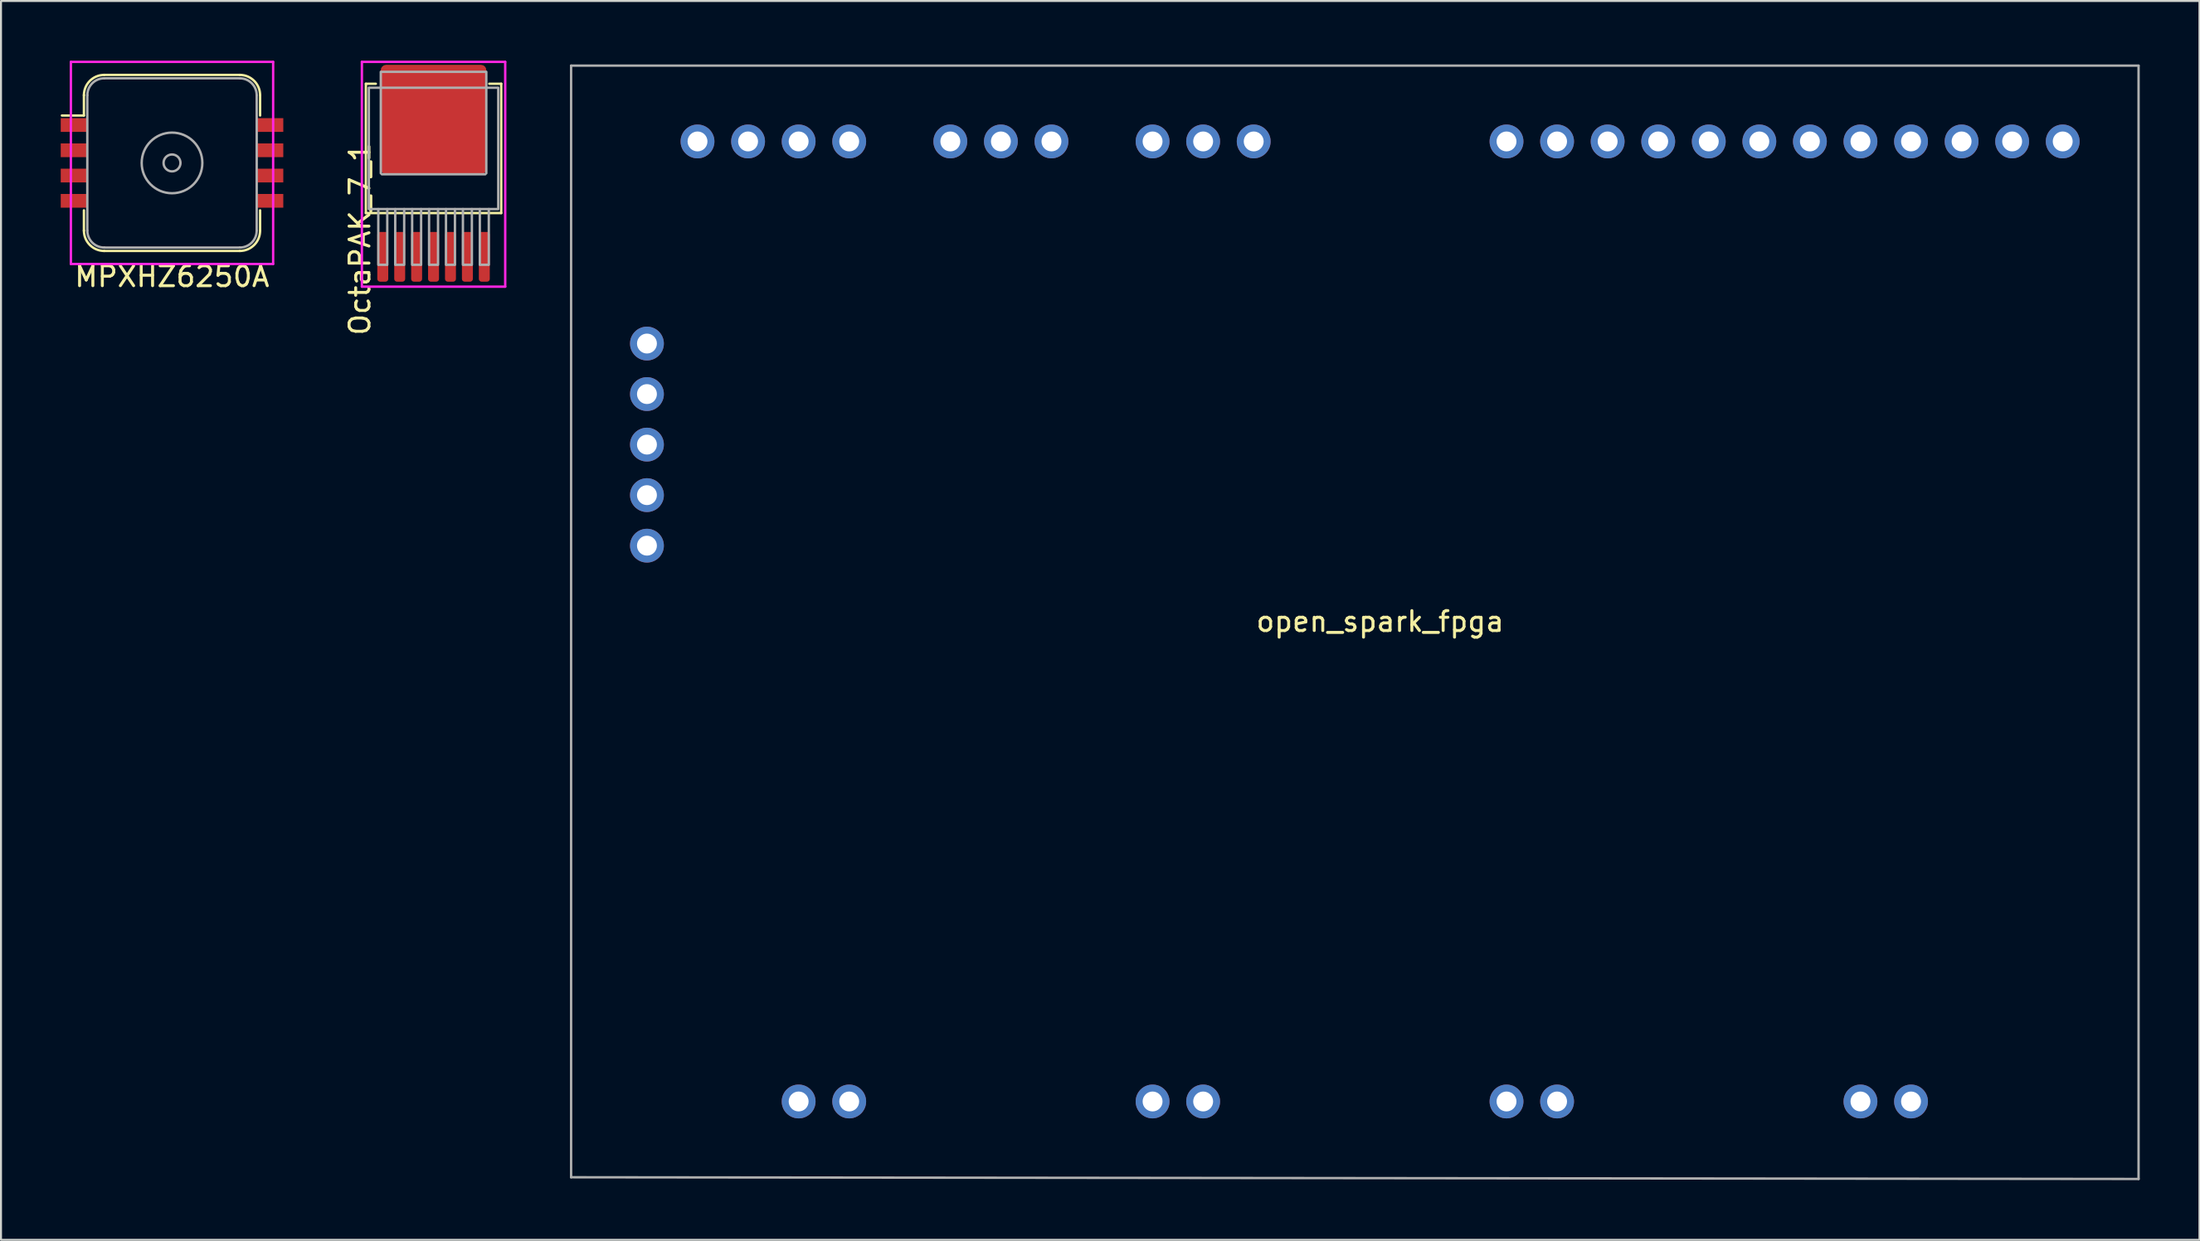
<source format=kicad_pcb>
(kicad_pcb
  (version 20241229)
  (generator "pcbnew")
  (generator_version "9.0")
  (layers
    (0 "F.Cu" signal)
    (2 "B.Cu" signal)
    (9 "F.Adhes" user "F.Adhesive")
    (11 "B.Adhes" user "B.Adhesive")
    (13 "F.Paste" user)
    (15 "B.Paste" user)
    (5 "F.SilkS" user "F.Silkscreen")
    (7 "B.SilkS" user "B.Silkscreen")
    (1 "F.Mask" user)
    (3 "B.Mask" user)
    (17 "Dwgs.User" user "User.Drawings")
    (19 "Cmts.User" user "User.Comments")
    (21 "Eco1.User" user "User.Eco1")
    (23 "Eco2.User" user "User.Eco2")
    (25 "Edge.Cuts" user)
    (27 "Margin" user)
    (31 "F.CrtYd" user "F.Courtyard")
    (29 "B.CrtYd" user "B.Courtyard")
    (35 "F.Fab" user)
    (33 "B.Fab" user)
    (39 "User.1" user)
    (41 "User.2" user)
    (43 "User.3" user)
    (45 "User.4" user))
  (footprint "open_spark_fpga"
    (layer "F.Cu")
    (at 25.639 0.25)
    (property "Reference" "open_spark_fpga" (at 40.64 27.94 0) (layer "F.SilkS") (effects (font (size 1 1) (thickness 0.15))))
    (attr through_hole)
    (fp_line (start 0 0) (end 78.74 0) (stroke (width 0.12) (type solid)) (layer "F.Fab"))
    (fp_line (start 0 55.88) (end 0 0) (stroke (width 0.12) (type solid)) (layer "F.Fab"))
    (fp_line (start 78.74 0) (end 78.74 55.965) (stroke (width 0.12) (type solid)) (layer "F.Fab"))
    (fp_line (start 78.74 55.965) (end 0 55.88) (stroke (width 0.12) (type solid)) (layer "F.Fab"))
    (pad "A1" thru_hole circle (at 74.93 3.81) (size 1.7 1.7) (drill 1) (layers "*.Cu" "*.Mask"))
    (pad "A2" thru_hole circle (at 72.39 3.81) (size 1.7 1.7) (drill 1) (layers "*.Cu" "*.Mask"))
    (pad "A3" thru_hole circle (at 69.85 3.81) (size 1.7 1.7) (drill 1) (layers "*.Cu" "*.Mask"))
    (pad "A4" thru_hole circle (at 67.31 3.81) (size 1.7 1.7) (drill 1) (layers "*.Cu" "*.Mask"))
    (pad "A5" thru_hole circle (at 64.77 3.81) (size 1.7 1.7) (drill 1) (layers "*.Cu" "*.Mask"))
    (pad "A6" thru_hole circle (at 62.23 3.81) (size 1.7 1.7) (drill 1) (layers "*.Cu" "*.Mask"))
    (pad "A7" thru_hole circle (at 59.69 3.81) (size 1.7 1.7) (drill 1) (layers "*.Cu" "*.Mask"))
    (pad "A8" thru_hole circle (at 57.15 3.81) (size 1.7 1.7) (drill 1) (layers "*.Cu" "*.Mask"))
    (pad "A9" thru_hole circle (at 54.61 3.81) (size 1.7 1.7) (drill 1) (layers "*.Cu" "*.Mask"))
    (pad "A10" thru_hole circle (at 52.07 3.81) (size 1.7 1.7) (drill 1) (layers "*.Cu" "*.Mask"))
    (pad "A11" thru_hole circle (at 49.53 3.81) (size 1.7 1.7) (drill 1) (layers "*.Cu" "*.Mask"))
    (pad "A12" thru_hole circle (at 46.99 3.81) (size 1.7 1.7) (drill 1) (layers "*.Cu" "*.Mask"))
    (pad "B1" thru_hole circle (at 34.29 3.81) (size 1.7 1.7) (drill 1) (layers "*.Cu" "*.Mask"))
    (pad "B2" thru_hole circle (at 31.75 3.81) (size 1.7 1.7) (drill 1) (layers "*.Cu" "*.Mask"))
    (pad "B3" thru_hole circle (at 29.21 3.81) (size 1.7 1.7) (drill 1) (layers "*.Cu" "*.Mask"))
    (pad "C1" thru_hole circle (at 24.13 3.81) (size 1.7 1.7) (drill 1) (layers "*.Cu" "*.Mask"))
    (pad "C2" thru_hole circle (at 21.59 3.81) (size 1.7 1.7) (drill 1) (layers "*.Cu" "*.Mask"))
    (pad "C3" thru_hole circle (at 19.05 3.81) (size 1.7 1.7) (drill 1) (layers "*.Cu" "*.Mask"))
    (pad "D1" thru_hole circle (at 13.97 3.81) (size 1.7 1.7) (drill 1) (layers "*.Cu" "*.Mask"))
    (pad "D2" thru_hole circle (at 11.43 3.81) (size 1.7 1.7) (drill 1) (layers "*.Cu" "*.Mask"))
    (pad "D3" thru_hole circle (at 8.89 3.81) (size 1.7 1.7) (drill 1) (layers "*.Cu" "*.Mask"))
    (pad "D4" thru_hole circle (at 6.35 3.81) (size 1.7 1.7) (drill 1) (layers "*.Cu" "*.Mask"))
    (pad "E1" thru_hole circle (at 3.81 13.97) (size 1.7 1.7) (drill 1) (layers "*.Cu" "*.Mask"))
    (pad "E2" thru_hole circle (at 3.81 16.51) (size 1.7 1.7) (drill 1) (layers "*.Cu" "*.Mask"))
    (pad "E3" thru_hole circle (at 3.81 19.05) (size 1.7 1.7) (drill 1) (layers "*.Cu" "*.Mask"))
    (pad "E4" thru_hole circle (at 3.81 21.59) (size 1.7 1.7) (drill 1) (layers "*.Cu" "*.Mask"))
    (pad "E5" thru_hole circle (at 3.81 24.13) (size 1.7 1.7) (drill 1) (layers "*.Cu" "*.Mask"))
    (pad "F1" thru_hole circle (at 11.43 52.07) (size 1.7 1.7) (drill 1) (layers "*.Cu" "*.Mask"))
    (pad "F2" thru_hole circle (at 13.97 52.07) (size 1.7 1.7) (drill 1) (layers "*.Cu" "*.Mask"))
    (pad "G1" thru_hole circle (at 29.21 52.07) (size 1.7 1.7) (drill 1) (layers "*.Cu" "*.Mask"))
    (pad "G2" thru_hole circle (at 31.75 52.07) (size 1.7 1.7) (drill 1) (layers "*.Cu" "*.Mask"))
    (pad "H1" thru_hole circle (at 46.99 52.07) (size 1.7 1.7) (drill 1) (layers "*.Cu" "*.Mask"))
    (pad "H2" thru_hole circle (at 49.53 52.07) (size 1.7 1.7) (drill 1) (layers "*.Cu" "*.Mask"))
    (pad "I1" thru_hole circle (at 64.77 52.07) (size 1.7 1.7) (drill 1) (layers "*.Cu" "*.Mask"))
    (pad "I2" thru_hole circle (at 67.31 52.07) (size 1.7 1.7) (drill 1) (layers "*.Cu" "*.Mask")))
  (footprint "MPXHZ6250A"
    (layer "F.Cu")
    (at 5.591 5.14)
    (property "Reference" "MPXHZ6250A" (at 0 5.715 0) (layer "F.SilkS") (effects (font (size 1 1) (thickness 0.15))))
    (attr through_hole)
    (fp_line (start -4.425 -3.404) (end -4.425 -2.383) (stroke (width 0.12) (type solid)) (layer "F.SilkS"))
    (fp_line (start -4.425 -2.383) (end -5.531 -2.383) (stroke (width 0.12) (type solid)) (layer "F.SilkS"))
    (fp_line (start -4.425 3.404) (end -4.425 2.383) (stroke (width 0.12) (type solid)) (layer "F.SilkS"))
    (fp_line (start -3.404 4.425) (end 3.404 4.425) (stroke (width 0.12) (type solid)) (layer "F.SilkS"))
    (fp_line (start 3.404 -4.425) (end -3.404 -4.425) (stroke (width 0.12) (type solid)) (layer "F.SilkS"))
    (fp_line (start 4.425 -3.404) (end 4.425 -2.383) (stroke (width 0.12) (type solid)) (layer "F.SilkS"))
    (fp_line (start 4.425 3.404) (end 4.425 2.383) (stroke (width 0.12) (type solid)) (layer "F.SilkS"))
    (fp_arc (start -4.42468 -3.4036) (mid -4.125613 -4.125613) (end -3.4036 -4.42468) (stroke (width 0.12) (type solid)) (layer "F.SilkS"))
    (fp_arc (start -3.4036 4.42468) (mid -4.125613 4.125613) (end -4.42468 3.4036) (stroke (width 0.12) (type solid)) (layer "F.SilkS"))
    (fp_arc (start 3.4036 -4.42468) (mid 4.125613 -4.125613) (end 4.42468 -3.4036) (stroke (width 0.12) (type solid)) (layer "F.SilkS"))
    (fp_arc (start 4.42468 3.4036) (mid 4.125613 4.125613) (end 3.4036 4.42468) (stroke (width 0.12) (type solid)) (layer "F.SilkS"))
    (fp_line (start -5.08 -5.08) (end 5.08 -5.08) (stroke (width 0.12) (type solid)) (layer "F.CrtYd"))
    (fp_line (start -5.08 5.08) (end -5.08 -5.08) (stroke (width 0.12) (type solid)) (layer "F.CrtYd"))
    (fp_line (start 5.08 -5.08) (end 5.08 5.08) (stroke (width 0.12) (type solid)) (layer "F.CrtYd"))
    (fp_line (start 5.08 5.08) (end -5.08 5.08) (stroke (width 0.12) (type solid)) (layer "F.CrtYd"))
    (fp_line (start -4.255 -3.404) (end -4.255 3.404) (stroke (width 0.12) (type solid)) (layer "F.Fab"))
    (fp_line (start -3.404 -4.255) (end 3.404 -4.255) (stroke (width 0.12) (type solid)) (layer "F.Fab"))
    (fp_line (start -3.404 4.255) (end 3.404 4.255) (stroke (width 0.12) (type solid)) (layer "F.Fab"))
    (fp_line (start 4.255 -3.404) (end 4.255 3.404) (stroke (width 0.12) (type solid)) (layer "F.Fab"))
    (fp_arc (start -4.2545 -3.4036) (mid -4.005277 -4.005277) (end -3.4036 -4.2545) (stroke (width 0.12) (type solid)) (layer "F.Fab"))
    (fp_arc (start -3.4036 4.2545) (mid -4.005277 4.005277) (end -4.2545 3.4036) (stroke (width 0.12) (type solid)) (layer "F.Fab"))
    (fp_arc (start 3.4036 -4.2545) (mid 4.005277 -4.005277) (end 4.2545 -3.4036) (stroke (width 0.12) (type solid)) (layer "F.Fab"))
    (fp_arc (start 4.2545 3.4036) (mid 4.005277 4.005277) (end 3.4036 4.2545) (stroke (width 0.12) (type solid)) (layer "F.Fab"))
    (fp_circle (center 0 0) (end 0.425 0) (stroke (width 0.12) (type solid)) (fill no) (layer "F.Fab"))
    (fp_circle (center 0 0) (end 1.524 0) (stroke (width 0.12) (type solid)) (fill no) (layer "F.Fab"))
    (pad "1" smd rect (at -4.915 -1.905) (size 1.35 0.69) (layers "F.Cu" "F.Mask" "F.Paste"))
    (pad "2" smd rect (at -4.915 -0.635) (size 1.35 0.69) (layers "F.Cu" "F.Mask" "F.Paste"))
    (pad "3" smd rect (at -4.915 0.635) (size 1.35 0.69) (layers "F.Cu" "F.Mask" "F.Paste"))
    (pad "4" smd rect (at -4.915 1.905) (size 1.35 0.69) (layers "F.Cu" "F.Mask" "F.Paste"))
    (pad "5" smd rect (at 4.915 1.905) (size 1.35 0.69) (layers "F.Cu" "F.Mask" "F.Paste"))
    (pad "6" smd rect (at 4.915 0.635) (size 1.35 0.69) (layers "F.Cu" "F.Mask" "F.Paste"))
    (pad "7" smd rect (at 4.915 -0.635) (size 1.35 0.69) (layers "F.Cu" "F.Mask" "F.Paste"))
    (pad "8" smd rect (at 4.915 -1.905) (size 1.35 0.69) (layers "F.Cu" "F.Mask" "F.Paste")))
  (footprint "OctaPAK_7_1"
    (layer "F.Cu")
    (at 18.729 10.26)
    (property "Reference" "OctaPAK_7_1" (at -3.7 -1.3 90) (layer "F.SilkS") (effects (font (size 1 1) (thickness 0.15))))
    (attr through_hole)
    (fp_line (start -3.4 -9.1) (end -3.4 -2.6) (stroke (width 0.12) (type solid)) (layer "F.SilkS"))
    (fp_line (start -3.4 -2.6) (end 3.4 -2.6) (stroke (width 0.12) (type solid)) (layer "F.SilkS"))
    (fp_line (start -2.9 -9.1) (end -3.4 -9.1) (stroke (width 0.12) (type solid)) (layer "F.SilkS"))
    (fp_line (start 3.4 -9.1) (end 2.8 -9.1) (stroke (width 0.12) (type solid)) (layer "F.SilkS"))
    (fp_line (start 3.4 -2.6) (end 3.4 -9.1) (stroke (width 0.12) (type solid)) (layer "F.SilkS"))
    (fp_line (start -3.6 -10.2) (end 3.6 -10.2) (stroke (width 0.12) (type solid)) (layer "F.CrtYd"))
    (fp_line (start -3.6 1.1) (end -3.6 -10.2) (stroke (width 0.12) (type solid)) (layer "F.CrtYd"))
    (fp_line (start 3.6 -10.2) (end 3.6 1.1) (stroke (width 0.12) (type solid)) (layer "F.CrtYd"))
    (fp_line (start 3.6 1.1) (end -3.6 1.1) (stroke (width 0.12) (type solid)) (layer "F.CrtYd"))
    (fp_line (start -3.25 -8.9) (end -3.25 -2.8) (stroke (width 0.12) (type solid)) (layer "F.Fab"))
    (fp_line (start -3.2 -8.9) (end 3.2 -8.9) (stroke (width 0.12) (type solid)) (layer "F.Fab"))
    (fp_line (start -3.2 -2.8) (end 3.2 -2.8) (stroke (width 0.12) (type solid)) (layer "F.Fab"))
    (fp_line (start -2.775 0) (end -2.775 -2.8) (stroke (width 0.12) (type solid)) (layer "F.Fab"))
    (fp_line (start -2.75 0) (end -2.35 0) (stroke (width 0.12) (type solid)) (layer "F.Fab"))
    (fp_line (start -2.65 -9.7) (end -2.65 -4.6) (stroke (width 0.12) (type solid)) (layer "F.Fab"))
    (fp_line (start -2.6 -9.7) (end 2.6 -9.7) (stroke (width 0.12) (type solid)) (layer "F.Fab"))
    (fp_line (start -2.6 -4.55) (end 2.6 -4.55) (stroke (width 0.12) (type solid)) (layer "F.Fab"))
    (fp_line (start -2.325 0) (end -2.325 -2.8) (stroke (width 0.12) (type solid)) (layer "F.Fab"))
    (fp_line (start -1.925 0) (end -1.925 -2.8) (stroke (width 0.12) (type solid)) (layer "F.Fab"))
    (fp_line (start -1.9 0) (end -1.5 0) (stroke (width 0.12) (type solid)) (layer "F.Fab"))
    (fp_line (start -1.475 0) (end -1.475 -2.8) (stroke (width 0.12) (type solid)) (layer "F.Fab"))
    (fp_line (start -1.075 0) (end -1.075 -2.8) (stroke (width 0.12) (type solid)) (layer "F.Fab"))
    (fp_line (start -1.05 0) (end -0.65 0) (stroke (width 0.12) (type solid)) (layer "F.Fab"))
    (fp_line (start -0.625 0) (end -0.625 -2.8) (stroke (width 0.12) (type solid)) (layer "F.Fab"))
    (fp_line (start -0.225 0) (end -0.225 -2.8) (stroke (width 0.12) (type solid)) (layer "F.Fab"))
    (fp_line (start -0.2 0) (end 0.2 0) (stroke (width 0.12) (type solid)) (layer "F.Fab"))
    (fp_line (start 0.225 0) (end 0.225 -2.8) (stroke (width 0.12) (type solid)) (layer "F.Fab"))
    (fp_line (start 0.625 0) (end 0.625 -2.8) (stroke (width 0.12) (type solid)) (layer "F.Fab"))
    (fp_line (start 0.65 0) (end 1.05 0) (stroke (width 0.12) (type solid)) (layer "F.Fab"))
    (fp_line (start 1.075 0) (end 1.075 -2.8) (stroke (width 0.12) (type solid)) (layer "F.Fab"))
    (fp_line (start 1.475 0) (end 1.475 -2.8) (stroke (width 0.12) (type solid)) (layer "F.Fab"))
    (fp_line (start 1.5 0) (end 1.9 0) (stroke (width 0.12) (type solid)) (layer "F.Fab"))
    (fp_line (start 1.925 0) (end 1.925 -2.8) (stroke (width 0.12) (type solid)) (layer "F.Fab"))
    (fp_line (start 2.325 0) (end 2.325 -2.8) (stroke (width 0.12) (type solid)) (layer "F.Fab"))
    (fp_line (start 2.35 0) (end 2.75 0) (stroke (width 0.12) (type solid)) (layer "F.Fab"))
    (fp_line (start 2.65 -9.7) (end 2.65 -4.6) (stroke (width 0.12) (type solid)) (layer "F.Fab"))
    (fp_line (start 2.775 0) (end 2.775 -2.8) (stroke (width 0.12) (type solid)) (layer "F.Fab"))
    (fp_line (start 3.25 -8.9) (end 3.25 -2.8) (stroke (width 0.12) (type solid)) (layer "F.Fab"))
    (pad "1" smd roundrect (at -2.55 -0.4) (size 0.55 2.5) (layers "F.Cu" "F.Mask" "F.Paste") (roundrect_rratio 0.25))
    (pad "2" smd roundrect (at -1.7 -0.4) (size 0.55 2.5) (layers "F.Cu" "F.Mask" "F.Paste") (roundrect_rratio 0.25))
    (pad "3" smd roundrect (at -0.85 -0.4) (size 0.55 2.5) (layers "F.Cu" "F.Mask" "F.Paste") (roundrect_rratio 0.25))
    (pad "4" smd roundrect (at 0 -0.4) (size 0.55 2.5) (layers "F.Cu" "F.Mask" "F.Paste") (roundrect_rratio 0.25))
    (pad "5" smd roundrect (at 0.85 -0.4) (size 0.55 2.5) (layers "F.Cu" "F.Mask" "F.Paste") (roundrect_rratio 0.25))
    (pad "6" smd roundrect (at 1.7 -0.4) (size 0.55 2.5) (layers "F.Cu" "F.Mask" "F.Paste") (roundrect_rratio 0.25))
    (pad "7" smd roundrect (at 2.55 -0.4) (size 0.55 2.5) (layers "F.Cu" "F.Mask" "F.Paste") (roundrect_rratio 0.25))
    (pad "8" smd roundrect (at 0 -7.3) (size 5.3 5.5) (layers "F.Cu" "F.Mask" "F.Paste") (roundrect_rratio 0.05)))
  (gr_rect
    (start -3 -3)
    (end 107.439 59.275)
    (stroke (width 0.1) (type default))
    (fill no)
    (layer "Edge.Cuts")))
</source>
